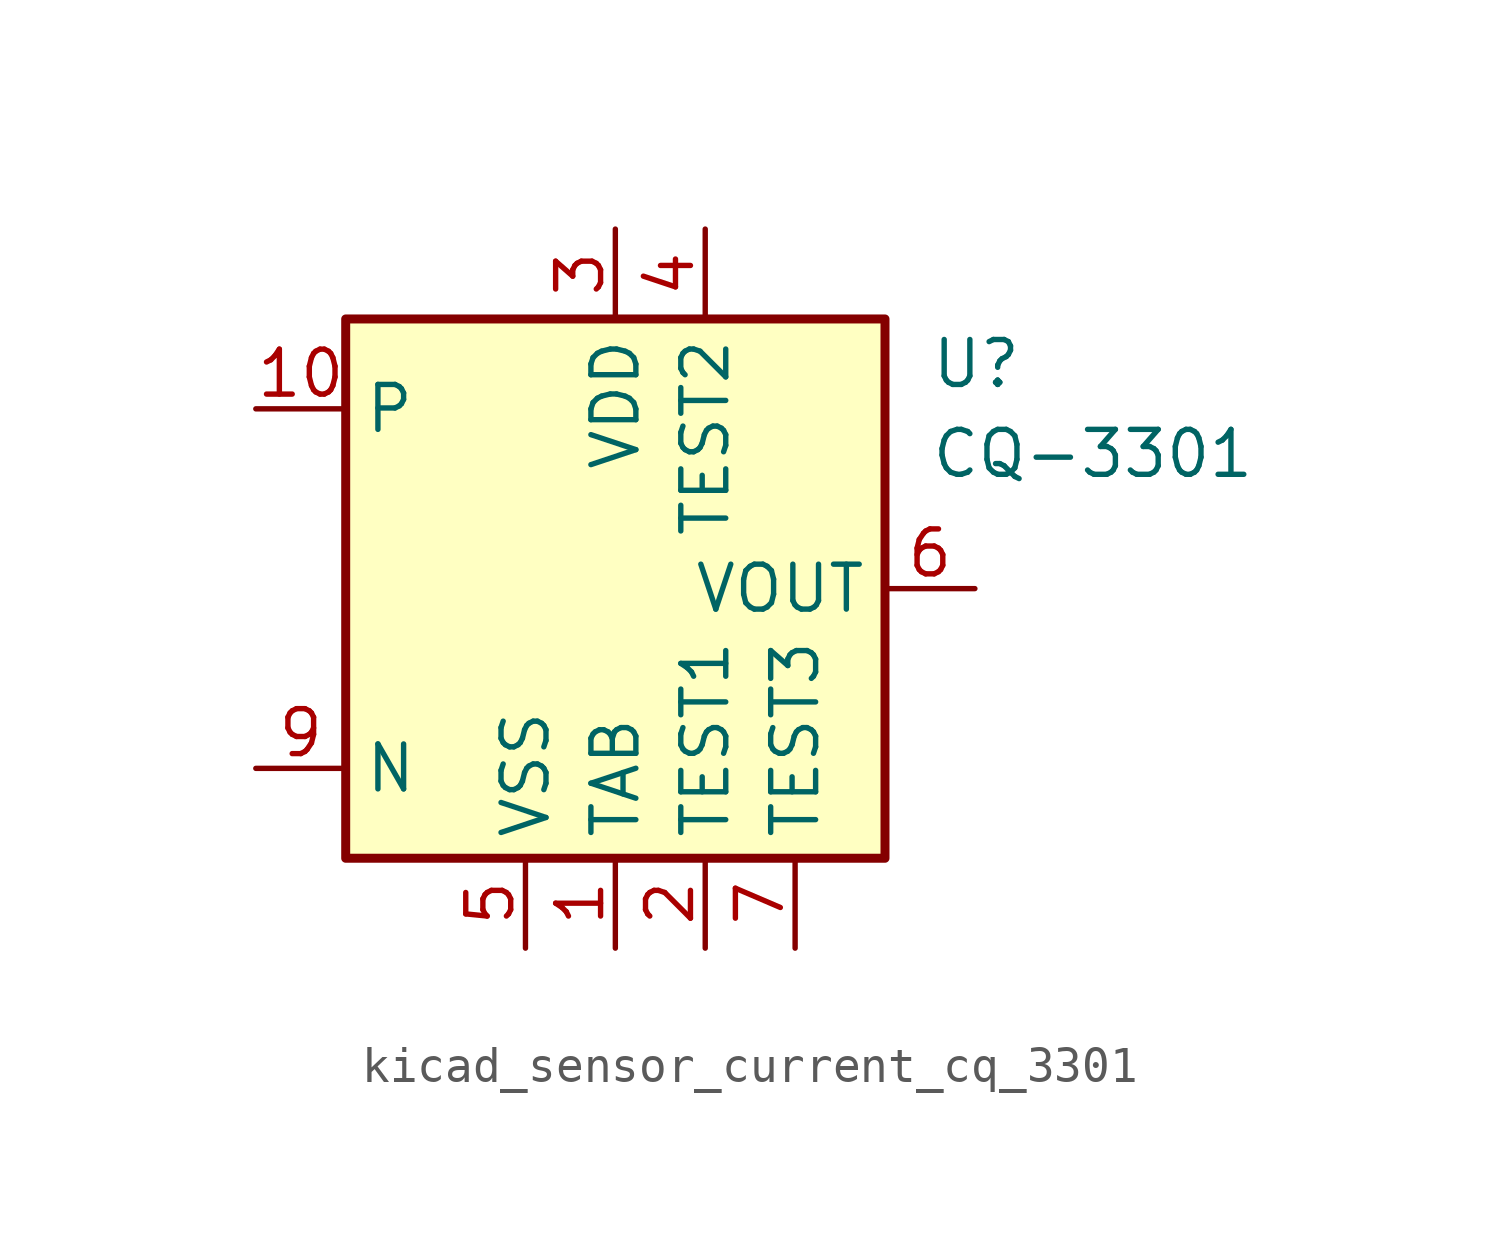
<source format=kicad_sym>
(kicad_symbol_lib
  (version 20220914)
  (generator kicad_symbol_editor)
  (symbol "kicad_sensor_current_cq_3301"
    (property "Reference" "U"
      (at 8.89 6.35 0)
      (effects (font (size 1.27 1.27)) (justify left)))
    (property "Value" "CQ-3301"
      (at 8.89 3.81 0)
      (effects (font (size 1.27 1.27)) (justify left)))
    (symbol "kicad_sensor_current_cq_3301_0_1"
      (rectangle (start -7.62 7.62) (end 7.62 -7.62) (stroke (width 0.254) (type default)) (fill (type background))))
    (symbol "kicad_sensor_current_cq_3301_1_1"
      (pin power_in line (at 0 -10.16 90) (length 2.54) (name "TAB" (effects (font (size 1.27 1.27)))) (number "1" (effects (font (size 1.27 1.27)))))
      (pin passive line (at -10.16 5.08 0) (length 2.54) (name "P" (effects (font (size 1.27 1.27)))) (number "10" (effects (font (size 1.27 1.27)))))
      (pin power_in line (at 2.54 -10.16 90) (length 2.54) (name "TEST1" (effects (font (size 1.27 1.27)))) (number "2" (effects (font (size 1.27 1.27)))))
      (pin power_in line (at 0 10.16 270) (length 2.54) (name "VDD" (effects (font (size 1.27 1.27)))) (number "3" (effects (font (size 1.27 1.27)))))
      (pin power_in line (at 2.54 10.16 270) (length 2.54) (name "TEST2" (effects (font (size 1.27 1.27)))) (number "4" (effects (font (size 1.27 1.27)))))
      (pin power_in line (at -2.54 -10.16 90) (length 2.54) (name "VSS" (effects (font (size 1.27 1.27)))) (number "5" (effects (font (size 1.27 1.27)))))
      (pin output line (at 10.16 0 180) (length 2.54) (name "VOUT" (effects (font (size 1.27 1.27)))) (number "6" (effects (font (size 1.27 1.27)))))
      (pin power_in line (at 5.08 -10.16 90) (length 2.54) (name "TEST3" (effects (font (size 1.27 1.27)))) (number "7" (effects (font (size 1.27 1.27)))))
      (pin passive line (at 0 -10.16 90) (length 2.54) hide (name "TAB" (effects (font (size 1.27 1.27)))) (number "8" (effects (font (size 1.27 1.27)))))
      (pin passive line (at -10.16 -5.08 0) (length 2.54) (name "N" (effects (font (size 1.27 1.27)))) (number "9" (effects (font (size 1.27 1.27))))))))
</source>
